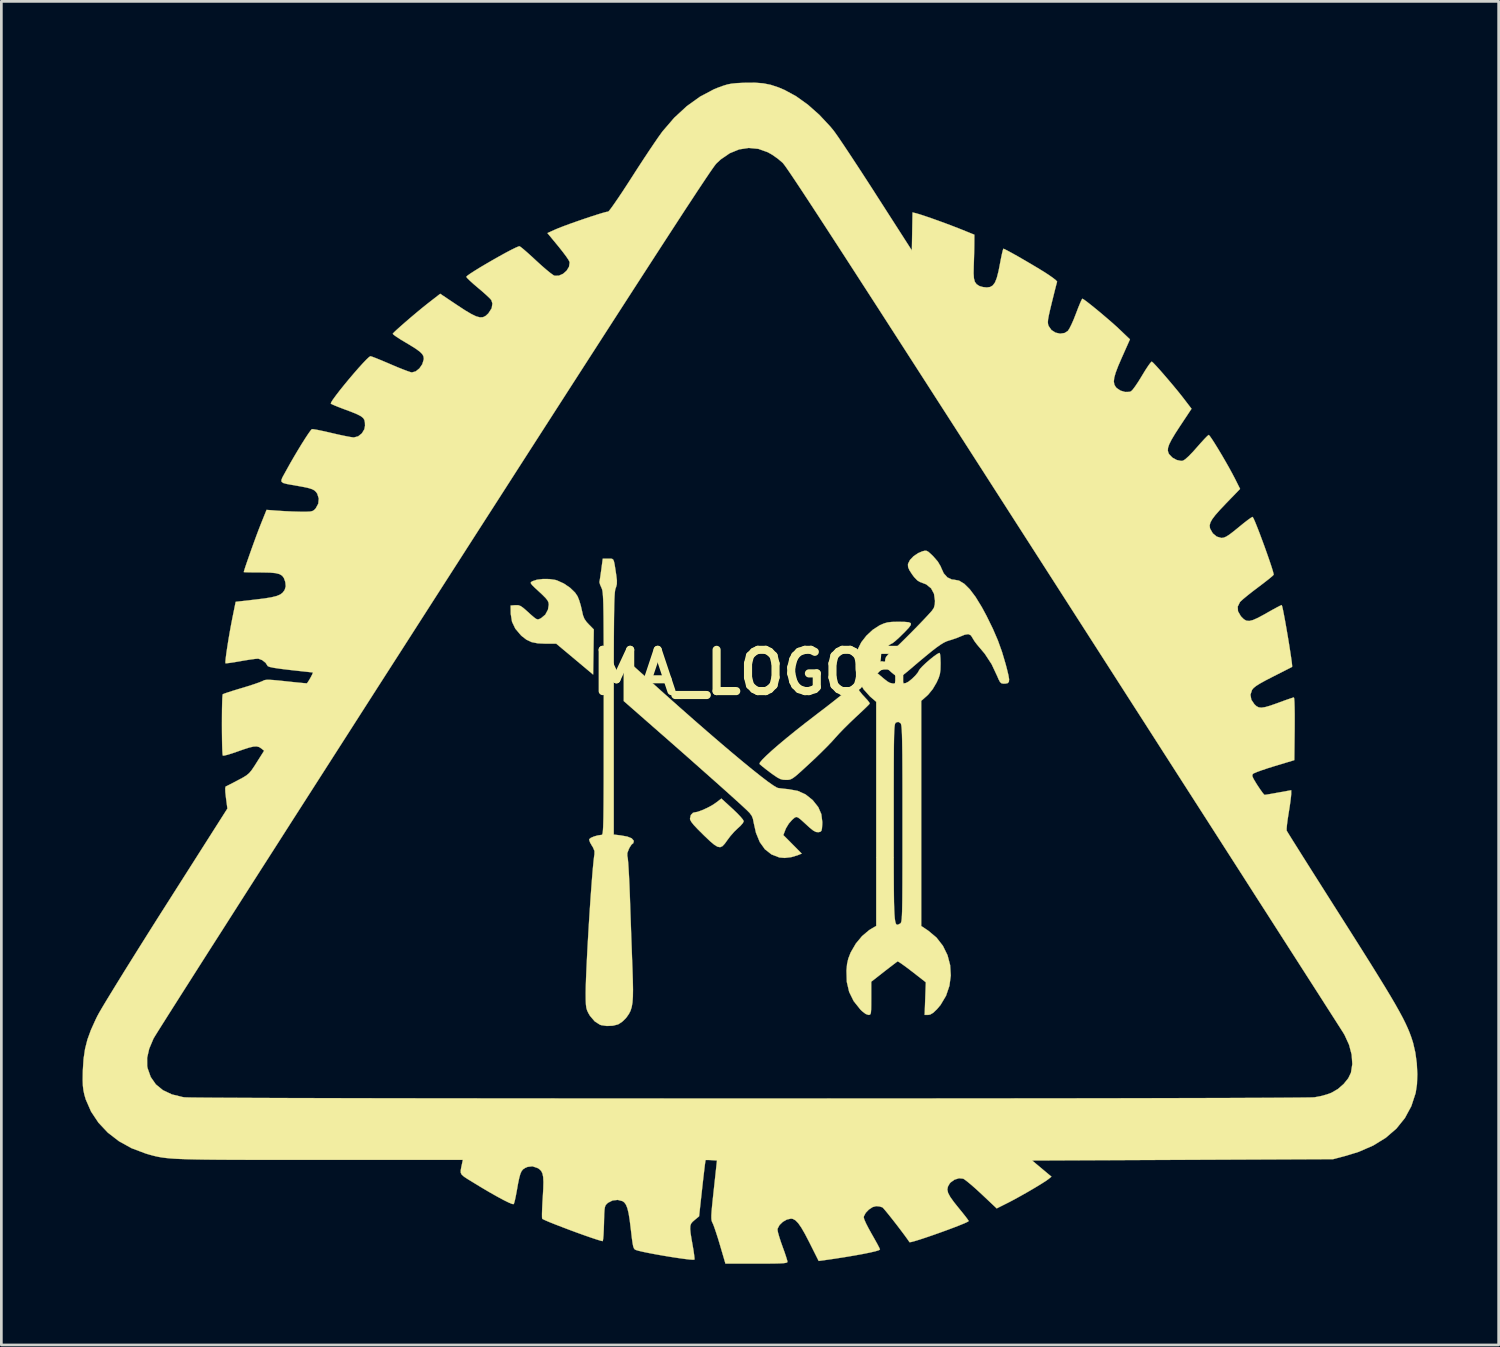
<source format=kicad_pcb>
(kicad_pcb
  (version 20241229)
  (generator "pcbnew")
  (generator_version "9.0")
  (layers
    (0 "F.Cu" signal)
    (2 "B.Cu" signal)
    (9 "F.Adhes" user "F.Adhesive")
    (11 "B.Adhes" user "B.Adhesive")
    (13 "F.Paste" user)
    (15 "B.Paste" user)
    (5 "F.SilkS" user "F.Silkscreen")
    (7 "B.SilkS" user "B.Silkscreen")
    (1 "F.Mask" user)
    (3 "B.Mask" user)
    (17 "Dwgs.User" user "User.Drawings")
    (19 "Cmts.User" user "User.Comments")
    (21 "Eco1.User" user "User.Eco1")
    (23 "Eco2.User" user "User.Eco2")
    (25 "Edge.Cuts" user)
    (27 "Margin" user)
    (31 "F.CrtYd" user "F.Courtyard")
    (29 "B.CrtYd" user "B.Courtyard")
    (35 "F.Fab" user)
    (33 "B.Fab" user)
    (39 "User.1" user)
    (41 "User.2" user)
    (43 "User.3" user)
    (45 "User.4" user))
  (footprint "MA_LOGO5"
    (layer "F.Cu")
    (at 24.661 21.795)
    (property "Reference" "MA_LOGO5" (at 0 0 0) (layer "F.SilkS") (effects (font (size 1.524 1.524) (thickness 0.3))))
    (attr through_hole)
    (fp_poly (pts (xy -0.644 5.039) (xy -0.484 5.192) (xy -0.352 5.329) (xy -0.264 5.435) (xy -0.231 5.496) (xy -0.231 5.497) (xy -0.265 5.568) (xy -0.352 5.668) (xy -0.44 5.748) (xy -0.579 5.881) (xy -0.728 6.051) (xy -0.834 6.192) (xy -0.933 6.33) (xy -1.018 6.42) (xy -1.103 6.457) (xy -1.2 6.44) (xy -1.321 6.366) (xy -1.48 6.232) (xy -1.688 6.034) (xy -1.731 5.992) (xy -1.936 5.788) (xy -2.079 5.635) (xy -2.168 5.522) (xy -2.211 5.44) (xy -2.217 5.401) (xy -2.186 5.27) (xy -2.108 5.187) (xy -2.048 5.172) (xy -1.932 5.15) (xy -1.767 5.09) (xy -1.581 5.006) (xy -1.403 4.911) (xy -1.266 4.82) (xy -1.057 4.661) (xy -0.644 5.039)) (stroke (width 0.01) (type solid)) (fill yes) (layer "F.SilkS"))
    (fp_poly (pts (xy -7.416 -3.45) (xy -7.198 -3.419) (xy -7.13 -3.399) (xy -6.88 -3.286) (xy -6.65 -3.13) (xy -6.465 -2.952) (xy -6.371 -2.813) (xy -6.312 -2.667) (xy -6.253 -2.474) (xy -6.213 -2.299) (xy -6.17 -2.11) (xy -6.117 -1.977) (xy -6.036 -1.862) (xy -5.961 -1.781) (xy -5.771 -1.588) (xy -5.796 0.079) (xy -6.477 -0.492) (xy -7.159 -1.062) (xy -7.552 -1.062) (xy -7.841 -1.075) (xy -8.067 -1.12) (xy -8.255 -1.206) (xy -8.431 -1.342) (xy -8.467 -1.376) (xy -8.671 -1.617) (xy -8.792 -1.871) (xy -8.839 -2.158) (xy -8.84 -2.194) (xy -8.844 -2.471) (xy -8.672 -2.485) (xy -8.564 -2.484) (xy -8.471 -2.451) (xy -8.362 -2.372) (xy -8.279 -2.3) (xy -8.106 -2.143) (xy -7.987 -2.04) (xy -7.907 -1.981) (xy -7.849 -1.959) (xy -7.8 -1.966) (xy -7.742 -1.993) (xy -7.717 -2.006) (xy -7.563 -2.135) (xy -7.464 -2.321) (xy -7.435 -2.503) (xy -7.444 -2.581) (xy -7.479 -2.658) (xy -7.552 -2.75) (xy -7.675 -2.874) (xy -7.792 -2.983) (xy -7.95 -3.129) (xy -8.048 -3.226) (xy -8.095 -3.287) (xy -8.099 -3.325) (xy -8.068 -3.353) (xy -8.038 -3.37) (xy -7.872 -3.425) (xy -7.653 -3.452) (xy -7.416 -3.45)) (stroke (width 0.01) (type solid)) (fill yes) (layer "F.SilkS"))
    (fp_poly (pts (xy 3.921 0.471) (xy 3.968 0.567) (xy 3.973 0.577) (xy 4.044 0.686) (xy 4.154 0.823) (xy 4.24 0.915) (xy 4.342 1.026) (xy 4.409 1.113) (xy 4.424 1.152) (xy 4.387 1.194) (xy 4.294 1.287) (xy 4.157 1.418) (xy 3.989 1.576) (xy 3.902 1.656) (xy 3.696 1.852) (xy 3.489 2.056) (xy 3.304 2.247) (xy 3.162 2.403) (xy 3.14 2.428) (xy 3.023 2.558) (xy 2.854 2.734) (xy 2.649 2.938) (xy 2.425 3.156) (xy 2.217 3.351) (xy 1.987 3.563) (xy 1.814 3.72) (xy 1.685 3.831) (xy 1.588 3.903) (xy 1.512 3.945) (xy 1.446 3.965) (xy 1.377 3.971) (xy 1.332 3.971) (xy 1.222 3.965) (xy 1.124 3.94) (xy 1.015 3.885) (xy 0.872 3.789) (xy 0.748 3.699) (xy 0.589 3.578) (xy 0.458 3.474) (xy 0.373 3.402) (xy 0.351 3.379) (xy 0.37 3.325) (xy 0.457 3.221) (xy 0.605 3.074) (xy 0.807 2.888) (xy 1.058 2.67) (xy 1.351 2.425) (xy 1.68 2.158) (xy 2.037 1.876) (xy 2.417 1.584) (xy 2.492 1.526) (xy 2.747 1.332) (xy 3 1.136) (xy 3.233 0.952) (xy 3.428 0.796) (xy 3.567 0.68) (xy 3.568 0.679) (xy 3.709 0.561) (xy 3.819 0.472) (xy 3.885 0.426) (xy 3.895 0.422) (xy 3.921 0.471)) (stroke (width 0.01) (type solid)) (fill yes) (layer "F.SilkS"))
    (fp_poly (pts (xy -4.576 -0.466) (xy -4.472 -0.379) (xy -4.32 -0.247) (xy -4.13 -0.079) (xy -3.912 0.116) (xy -3.755 0.257) (xy -3.173 0.78) (xy -2.612 1.279) (xy -2.075 1.752) (xy -1.567 2.195) (xy -1.091 2.604) (xy -0.652 2.977) (xy -0.254 3.309) (xy 0.099 3.598) (xy 0.404 3.84) (xy 0.655 4.032) (xy 0.85 4.169) (xy 0.983 4.25) (xy 1.034 4.27) (xy 1.131 4.284) (xy 1.283 4.301) (xy 1.424 4.315) (xy 1.763 4.377) (xy 2.049 4.505) (xy 2.304 4.707) (xy 2.327 4.731) (xy 2.523 4.978) (xy 2.636 5.237) (xy 2.672 5.528) (xy 2.67 5.613) (xy 2.659 5.766) (xy 2.639 5.851) (xy 2.6 5.888) (xy 2.53 5.903) (xy 2.529 5.903) (xy 2.439 5.895) (xy 2.337 5.842) (xy 2.201 5.732) (xy 2.159 5.694) (xy 1.981 5.531) (xy 1.858 5.421) (xy 1.774 5.36) (xy 1.714 5.341) (xy 1.663 5.357) (xy 1.605 5.404) (xy 1.555 5.449) (xy 1.434 5.586) (xy 1.333 5.753) (xy 1.312 5.801) (xy 1.232 6.01) (xy 1.572 6.352) (xy 1.911 6.694) (xy 1.752 6.758) (xy 1.521 6.826) (xy 1.284 6.854) (xy 1.085 6.837) (xy 0.793 6.724) (xy 0.551 6.534) (xy 0.361 6.268) (xy 0.221 5.925) (xy 0.139 5.561) (xy 0.109 5.409) (xy 0.065 5.298) (xy -0.012 5.194) (xy -0.14 5.066) (xy -0.15 5.057) (xy -0.307 4.911) (xy -0.527 4.711) (xy -0.802 4.463) (xy -1.125 4.174) (xy -1.489 3.851) (xy -1.886 3.499) (xy -2.308 3.125) (xy -2.75 2.736) (xy -3.203 2.338) (xy -3.36 2.201) (xy -4.664 1.058) (xy -4.664 0.271) (xy -4.662 -0.014) (xy -4.655 -0.243) (xy -4.644 -0.405) (xy -4.63 -0.49) (xy -4.621 -0.5) (xy -4.576 -0.466)) (stroke (width 0.01) (type solid)) (fill yes) (layer "F.SilkS"))
    (fp_poly (pts (xy 6.523 -4.494) (xy 6.594 -4.455) (xy 6.692 -4.367) (xy 6.771 -4.29) (xy 6.94 -4.096) (xy 7.047 -3.914) (xy 7.064 -3.868) (xy 7.159 -3.66) (xy 7.294 -3.511) (xy 7.456 -3.434) (xy 7.54 -3.426) (xy 7.724 -3.392) (xy 7.917 -3.275) (xy 8.12 -3.074) (xy 8.336 -2.787) (xy 8.566 -2.412) (xy 8.742 -2.085) (xy 8.973 -1.614) (xy 9.159 -1.183) (xy 9.312 -0.758) (xy 9.446 -0.306) (xy 9.493 -0.126) (xy 9.548 0.1) (xy 9.574 0.253) (xy 9.566 0.346) (xy 9.523 0.395) (xy 9.441 0.413) (xy 9.369 0.415) (xy 9.296 0.404) (xy 9.24 0.357) (xy 9.184 0.253) (xy 9.141 0.15) (xy 8.928 -0.304) (xy 8.675 -0.69) (xy 8.523 -0.871) (xy 8.399 -1.017) (xy 8.295 -1.154) (xy 8.233 -1.255) (xy 8.231 -1.26) (xy 8.16 -1.372) (xy 8.066 -1.415) (xy 7.932 -1.393) (xy 7.813 -1.344) (xy 7.63 -1.269) (xy 7.427 -1.201) (xy 7.357 -1.181) (xy 7.266 -1.15) (xy 7.164 -1.102) (xy 7.044 -1.029) (xy 6.896 -0.925) (xy 6.714 -0.784) (xy 6.488 -0.6) (xy 6.209 -0.367) (xy 5.871 -0.079) (xy 5.865 -0.074) (xy 5.722 0.044) (xy 5.599 0.133) (xy 5.519 0.18) (xy 5.504 0.184) (xy 5.44 0.156) (xy 5.332 0.082) (xy 5.216 -0.012) (xy 5.09 -0.126) (xy 5.022 -0.213) (xy 4.994 -0.3) (xy 4.99 -0.393) (xy 4.998 -0.493) (xy 5.029 -0.573) (xy 5.098 -0.657) (xy 5.22 -0.767) (xy 5.269 -0.808) (xy 5.39 -0.917) (xy 5.559 -1.078) (xy 5.761 -1.277) (xy 5.981 -1.498) (xy 6.205 -1.726) (xy 6.416 -1.946) (xy 6.601 -2.144) (xy 6.721 -2.277) (xy 6.795 -2.387) (xy 6.829 -2.518) (xy 6.835 -2.647) (xy 6.799 -2.906) (xy 6.691 -3.108) (xy 6.509 -3.255) (xy 6.281 -3.341) (xy 6.183 -3.4) (xy 6.063 -3.525) (xy 5.989 -3.625) (xy 5.89 -3.778) (xy 5.843 -3.888) (xy 5.836 -3.98) (xy 5.842 -4.018) (xy 5.912 -4.156) (xy 6.045 -4.295) (xy 6.219 -4.411) (xy 6.363 -4.472) (xy 6.454 -4.496) (xy 6.523 -4.494)) (stroke (width 0.01) (type solid)) (fill yes) (layer "F.SilkS"))
    (fp_poly (pts (xy -5.098 -4.198) (xy -5.057 -4.171) (xy -5.028 -4.108) (xy -5.003 -3.996) (xy -4.975 -3.82) (xy -4.941 -3.591) (xy -4.918 -3.401) (xy -4.92 -3.265) (xy -4.949 -3.149) (xy -4.964 -3.112) (xy -4.976 -3.075) (xy -4.986 -3.019) (xy -4.995 -2.94) (xy -5.003 -2.832) (xy -5.01 -2.69) (xy -5.016 -2.507) (xy -5.02 -2.279) (xy -5.024 -2) (xy -5.027 -1.665) (xy -5.03 -1.268) (xy -5.032 -0.804) (xy -5.033 -0.267) (xy -5.033 0.348) (xy -5.034 1.046) (xy -5.034 1.523) (xy -5.034 5.991) (xy -4.782 6.021) (xy -4.534 6.065) (xy -4.373 6.129) (xy -4.299 6.212) (xy -4.295 6.242) (xy -4.314 6.313) (xy -4.336 6.327) (xy -4.38 6.365) (xy -4.442 6.46) (xy -4.472 6.517) (xy -4.532 6.672) (xy -4.533 6.788) (xy -4.525 6.814) (xy -4.514 6.885) (xy -4.5 7.036) (xy -4.486 7.256) (xy -4.47 7.532) (xy -4.455 7.852) (xy -4.441 8.204) (xy -4.434 8.39) (xy -4.42 8.821) (xy -4.403 9.285) (xy -4.387 9.759) (xy -4.37 10.215) (xy -4.355 10.629) (xy -4.342 10.97) (xy -4.329 11.385) (xy -4.323 11.719) (xy -4.327 11.986) (xy -4.342 12.197) (xy -4.371 12.365) (xy -4.414 12.502) (xy -4.475 12.62) (xy -4.553 12.732) (xy -4.6 12.79) (xy -4.72 12.905) (xy -4.854 12.994) (xy -4.88 13.006) (xy -5.069 13.054) (xy -5.29 13.063) (xy -5.491 13.034) (xy -5.542 13.018) (xy -5.738 12.892) (xy -5.913 12.687) (xy -5.973 12.585) (xy -6.017 12.492) (xy -6.046 12.394) (xy -6.062 12.269) (xy -6.069 12.094) (xy -6.071 11.848) (xy -6.071 11.846) (xy -6.067 11.608) (xy -6.057 11.306) (xy -6.042 10.95) (xy -6.023 10.552) (xy -6.001 10.123) (xy -5.975 9.675) (xy -5.948 9.219) (xy -5.919 8.768) (xy -5.89 8.332) (xy -5.86 7.924) (xy -5.832 7.554) (xy -5.805 7.235) (xy -5.78 6.977) (xy -5.759 6.793) (xy -5.747 6.719) (xy -5.746 6.596) (xy -5.802 6.463) (xy -5.841 6.402) (xy -5.909 6.283) (xy -5.941 6.189) (xy -5.94 6.162) (xy -5.882 6.113) (xy -5.767 6.063) (xy -5.627 6.023) (xy -5.496 6.004) (xy -5.484 6.004) (xy -5.471 6) (xy -5.459 5.985) (xy -5.448 5.954) (xy -5.439 5.901) (xy -5.432 5.821) (xy -5.425 5.708) (xy -5.42 5.557) (xy -5.415 5.363) (xy -5.412 5.121) (xy -5.409 4.824) (xy -5.407 4.467) (xy -5.405 4.046) (xy -5.404 3.555) (xy -5.404 2.988) (xy -5.403 2.339) (xy -5.403 1.605) (xy -5.403 1.522) (xy -5.403 0.778) (xy -5.404 0.12) (xy -5.404 -0.456) (xy -5.405 -0.957) (xy -5.407 -1.388) (xy -5.409 -1.755) (xy -5.411 -2.063) (xy -5.415 -2.318) (xy -5.419 -2.526) (xy -5.425 -2.692) (xy -5.432 -2.821) (xy -5.44 -2.92) (xy -5.449 -2.994) (xy -5.459 -3.049) (xy -5.472 -3.09) (xy -5.485 -3.123) (xy -5.489 -3.131) (xy -5.54 -3.248) (xy -5.563 -3.334) (xy -5.562 -3.348) (xy -5.55 -3.412) (xy -5.53 -3.544) (xy -5.505 -3.72) (xy -5.494 -3.798) (xy -5.44 -4.203) (xy -5.239 -4.203) (xy -5.156 -4.204) (xy -5.098 -4.198)) (stroke (width 0.01) (type solid)) (fill yes) (layer "F.SilkS"))
    (fp_poly (pts (xy 5.7 -1.868) (xy 5.863 -1.854) (xy 5.942 -1.82) (xy 5.943 -1.756) (xy 5.868 -1.652) (xy 5.724 -1.499) (xy 5.655 -1.43) (xy 5.503 -1.282) (xy 5.371 -1.163) (xy 5.273 -1.085) (xy 5.228 -1.062) (xy 5.168 -1.03) (xy 5.068 -0.947) (xy 4.949 -0.829) (xy 4.94 -0.82) (xy 4.823 -0.69) (xy 4.755 -0.594) (xy 4.723 -0.498) (xy 4.713 -0.369) (xy 4.712 -0.273) (xy 4.711 0.032) (xy 4.938 0.224) (xy 5.067 0.327) (xy 5.168 0.385) (xy 5.278 0.41) (xy 5.436 0.416) (xy 5.474 0.416) (xy 5.644 0.412) (xy 5.759 0.392) (xy 5.855 0.343) (xy 5.968 0.252) (xy 5.997 0.227) (xy 6.115 0.111) (xy 6.203 0.003) (xy 6.236 -0.059) (xy 6.278 -0.126) (xy 6.371 -0.226) (xy 6.496 -0.345) (xy 6.637 -0.468) (xy 6.777 -0.581) (xy 6.898 -0.668) (xy 6.982 -0.716) (xy 7.01 -0.718) (xy 7.025 -0.659) (xy 7.036 -0.532) (xy 7.042 -0.362) (xy 7.042 -0.306) (xy 7.037 -0.098) (xy 7.017 0.057) (xy 6.973 0.199) (xy 6.896 0.369) (xy 6.89 0.381) (xy 6.75 0.618) (xy 6.586 0.819) (xy 6.533 0.869) (xy 6.327 1.051) (xy 6.327 9.37) (xy 6.585 9.541) (xy 6.891 9.797) (xy 7.129 10.103) (xy 7.298 10.447) (xy 7.395 10.816) (xy 7.419 11.198) (xy 7.369 11.578) (xy 7.244 11.945) (xy 7.042 12.285) (xy 6.912 12.44) (xy 6.772 12.574) (xy 6.659 12.641) (xy 6.583 12.654) (xy 6.453 12.654) (xy 6.475 12.052) (xy 6.497 11.449) (xy 5.993 11.056) (xy 5.808 10.915) (xy 5.648 10.798) (xy 5.529 10.716) (xy 5.463 10.678) (xy 5.455 10.677) (xy 5.408 10.709) (xy 5.304 10.788) (xy 5.156 10.901) (xy 4.98 11.037) (xy 4.951 11.06) (xy 4.48 11.429) (xy 4.48 12.042) (xy 4.479 12.289) (xy 4.476 12.459) (xy 4.468 12.566) (xy 4.452 12.624) (xy 4.425 12.648) (xy 4.386 12.654) (xy 4.374 12.654) (xy 4.273 12.618) (xy 4.143 12.518) (xy 4.081 12.458) (xy 3.83 12.143) (xy 3.664 11.805) (xy 3.577 11.433) (xy 3.565 11.016) (xy 3.587 10.773) (xy 3.632 10.574) (xy 3.711 10.371) (xy 3.728 10.334) (xy 3.911 10.019) (xy 4.141 9.742) (xy 4.397 9.526) (xy 4.465 9.483) (xy 4.664 9.366) (xy 4.664 6.243) (xy 5.311 6.243) (xy 5.311 6.842) (xy 5.312 7.359) (xy 5.314 7.802) (xy 5.317 8.174) (xy 5.321 8.483) (xy 5.328 8.733) (xy 5.337 8.93) (xy 5.349 9.08) (xy 5.364 9.188) (xy 5.382 9.261) (xy 5.404 9.304) (xy 5.43 9.322) (xy 5.461 9.321) (xy 5.496 9.307) (xy 5.537 9.285) (xy 5.545 9.281) (xy 5.561 9.27) (xy 5.575 9.252) (xy 5.588 9.22) (xy 5.598 9.17) (xy 5.607 9.093) (xy 5.614 8.985) (xy 5.62 8.84) (xy 5.624 8.651) (xy 5.628 8.412) (xy 5.63 8.117) (xy 5.632 7.76) (xy 5.633 7.335) (xy 5.634 6.837) (xy 5.634 6.257) (xy 5.634 5.592) (xy 5.634 5.59) (xy 5.634 4.918) (xy 5.634 4.333) (xy 5.633 3.828) (xy 5.631 3.398) (xy 5.629 3.036) (xy 5.625 2.736) (xy 5.621 2.493) (xy 5.616 2.3) (xy 5.61 2.152) (xy 5.602 2.042) (xy 5.593 1.965) (xy 5.582 1.915) (xy 5.57 1.884) (xy 5.562 1.874) (xy 5.478 1.827) (xy 5.4 1.849) (xy 5.384 1.86) (xy 5.37 1.878) (xy 5.357 1.91) (xy 5.347 1.961) (xy 5.338 2.037) (xy 5.331 2.145) (xy 5.325 2.291) (xy 5.321 2.48) (xy 5.317 2.719) (xy 5.315 3.013) (xy 5.313 3.37) (xy 5.312 3.795) (xy 5.311 4.293) (xy 5.311 4.872) (xy 5.311 5.537) (xy 5.311 5.557) (xy 5.311 6.243) (xy 4.664 6.243) (xy 4.664 5.226) (xy 4.664 1.085) (xy 4.436 0.889) (xy 4.2 0.626) (xy 4.056 0.384) (xy 3.973 0.2) (xy 3.927 0.046) (xy 3.907 -0.122) (xy 3.904 -0.274) (xy 3.923 -0.574) (xy 3.977 -0.833) (xy 3.988 -0.866) (xy 4.112 -1.114) (xy 4.302 -1.358) (xy 4.534 -1.574) (xy 4.785 -1.737) (xy 4.794 -1.741) (xy 4.945 -1.808) (xy 5.082 -1.848) (xy 5.241 -1.866) (xy 5.449 -1.87) (xy 5.7 -1.868)) (stroke (width 0.01) (type solid)) (fill yes) (layer "F.SilkS"))
    (fp_poly (pts (xy 0.49 -21.766) (xy 0.769 -21.71) (xy 1.05 -21.617) (xy 1.277 -21.521) (xy 1.705 -21.288) (xy 2.139 -20.977) (xy 2.564 -20.6) (xy 2.964 -20.172) (xy 3.09 -20.019) (xy 3.165 -19.917) (xy 3.284 -19.746) (xy 3.441 -19.514) (xy 3.63 -19.231) (xy 3.845 -18.905) (xy 4.081 -18.545) (xy 4.331 -18.16) (xy 4.591 -17.758) (xy 4.664 -17.643) (xy 5.981 -15.591) (xy 5.993 -16.293) (xy 6.006 -16.996) (xy 6.132 -16.966) (xy 6.26 -16.929) (xy 6.456 -16.865) (xy 6.699 -16.782) (xy 6.971 -16.685) (xy 7.252 -16.582) (xy 7.524 -16.479) (xy 7.768 -16.384) (xy 7.805 -16.369) (xy 8.29 -16.173) (xy 8.288 -15.833) (xy 8.285 -15.632) (xy 8.279 -15.381) (xy 8.271 -15.121) (xy 8.267 -15.009) (xy 8.262 -14.747) (xy 8.274 -14.561) (xy 8.309 -14.432) (xy 8.372 -14.345) (xy 8.466 -14.283) (xy 8.486 -14.273) (xy 8.611 -14.238) (xy 8.75 -14.224) (xy 8.872 -14.241) (xy 8.971 -14.299) (xy 9.052 -14.408) (xy 9.12 -14.58) (xy 9.183 -14.825) (xy 9.231 -15.071) (xy 9.273 -15.29) (xy 9.311 -15.471) (xy 9.342 -15.598) (xy 9.362 -15.654) (xy 9.364 -15.656) (xy 9.419 -15.633) (xy 9.539 -15.571) (xy 9.71 -15.478) (xy 9.918 -15.361) (xy 10.148 -15.228) (xy 10.387 -15.088) (xy 10.62 -14.949) (xy 10.833 -14.819) (xy 10.844 -14.813) (xy 11.035 -14.689) (xy 11.191 -14.58) (xy 11.3 -14.494) (xy 11.346 -14.443) (xy 11.347 -14.437) (xy 11.33 -14.376) (xy 11.295 -14.243) (xy 11.247 -14.052) (xy 11.19 -13.821) (xy 11.151 -13.665) (xy 11.085 -13.39) (xy 11.04 -13.189) (xy 11.014 -13.046) (xy 11.006 -12.945) (xy 11.012 -12.871) (xy 11.032 -12.807) (xy 11.036 -12.797) (xy 11.138 -12.651) (xy 11.288 -12.555) (xy 11.459 -12.517) (xy 11.626 -12.542) (xy 11.745 -12.619) (xy 11.8 -12.702) (xy 11.876 -12.851) (xy 11.962 -13.046) (xy 12.047 -13.264) (xy 12.048 -13.266) (xy 12.126 -13.471) (xy 12.196 -13.641) (xy 12.249 -13.759) (xy 12.278 -13.808) (xy 12.28 -13.808) (xy 12.333 -13.78) (xy 12.442 -13.701) (xy 12.594 -13.582) (xy 12.777 -13.434) (xy 12.978 -13.268) (xy 13.182 -13.094) (xy 13.379 -12.924) (xy 13.554 -12.768) (xy 13.658 -12.67) (xy 14.039 -12.307) (xy 13.741 -11.638) (xy 13.605 -11.324) (xy 13.512 -11.078) (xy 13.458 -10.89) (xy 13.443 -10.746) (xy 13.463 -10.634) (xy 13.517 -10.542) (xy 13.549 -10.507) (xy 13.691 -10.412) (xy 13.861 -10.362) (xy 14.021 -10.366) (xy 14.08 -10.388) (xy 14.139 -10.446) (xy 14.231 -10.568) (xy 14.345 -10.737) (xy 14.467 -10.935) (xy 14.488 -10.97) (xy 14.606 -11.164) (xy 14.711 -11.324) (xy 14.792 -11.435) (xy 14.841 -11.484) (xy 14.846 -11.484) (xy 14.895 -11.443) (xy 14.991 -11.343) (xy 15.124 -11.197) (xy 15.283 -11.016) (xy 15.456 -10.814) (xy 15.634 -10.604) (xy 15.805 -10.397) (xy 15.958 -10.206) (xy 16.042 -10.097) (xy 16.314 -9.742) (xy 15.893 -9.108) (xy 15.709 -8.824) (xy 15.576 -8.601) (xy 15.489 -8.429) (xy 15.445 -8.296) (xy 15.439 -8.19) (xy 15.466 -8.099) (xy 15.491 -8.057) (xy 15.61 -7.935) (xy 15.768 -7.849) (xy 15.929 -7.815) (xy 15.995 -7.822) (xy 16.078 -7.872) (xy 16.206 -7.986) (xy 16.369 -8.154) (xy 16.51 -8.313) (xy 16.661 -8.484) (xy 16.792 -8.627) (xy 16.891 -8.728) (xy 16.945 -8.773) (xy 16.95 -8.775) (xy 16.988 -8.736) (xy 17.062 -8.631) (xy 17.165 -8.472) (xy 17.288 -8.273) (xy 17.423 -8.048) (xy 17.561 -7.811) (xy 17.696 -7.574) (xy 17.817 -7.352) (xy 17.918 -7.16) (xy 18.108 -6.781) (xy 17.594 -6.25) (xy 17.362 -6.005) (xy 17.191 -5.811) (xy 17.076 -5.658) (xy 17.009 -5.534) (xy 16.984 -5.43) (xy 16.995 -5.335) (xy 17.003 -5.308) (xy 17.101 -5.138) (xy 17.247 -5.018) (xy 17.415 -4.969) (xy 17.428 -4.969) (xy 17.506 -4.98) (xy 17.596 -5.018) (xy 17.713 -5.092) (xy 17.87 -5.212) (xy 18.061 -5.367) (xy 18.238 -5.512) (xy 18.391 -5.63) (xy 18.505 -5.711) (xy 18.566 -5.745) (xy 18.572 -5.745) (xy 18.604 -5.693) (xy 18.66 -5.568) (xy 18.734 -5.385) (xy 18.822 -5.16) (xy 18.917 -4.906) (xy 19.015 -4.64) (xy 19.109 -4.375) (xy 19.195 -4.128) (xy 19.267 -3.912) (xy 19.32 -3.742) (xy 19.347 -3.635) (xy 19.35 -3.611) (xy 19.315 -3.573) (xy 19.218 -3.49) (xy 19.072 -3.374) (xy 18.889 -3.233) (xy 18.772 -3.145) (xy 18.565 -2.988) (xy 18.378 -2.84) (xy 18.227 -2.715) (xy 18.128 -2.625) (xy 18.103 -2.598) (xy 18.021 -2.432) (xy 18.031 -2.26) (xy 18.134 -2.081) (xy 18.154 -2.057) (xy 18.247 -1.965) (xy 18.341 -1.912) (xy 18.449 -1.902) (xy 18.586 -1.936) (xy 18.766 -2.016) (xy 19.004 -2.144) (xy 19.1 -2.199) (xy 19.297 -2.31) (xy 19.464 -2.401) (xy 19.584 -2.463) (xy 19.644 -2.488) (xy 19.647 -2.488) (xy 19.665 -2.432) (xy 19.695 -2.301) (xy 19.732 -2.111) (xy 19.776 -1.877) (xy 19.822 -1.613) (xy 19.87 -1.334) (xy 19.916 -1.056) (xy 19.957 -0.794) (xy 19.992 -0.563) (xy 20.018 -0.378) (xy 20.031 -0.254) (xy 20.03 -0.205) (xy 19.988 -0.183) (xy 19.876 -0.126) (xy 19.71 -0.041) (xy 19.502 0.064) (xy 19.327 0.153) (xy 19.049 0.296) (xy 18.843 0.41) (xy 18.699 0.501) (xy 18.606 0.576) (xy 18.551 0.644) (xy 18.55 0.645) (xy 18.491 0.825) (xy 18.524 1.008) (xy 18.635 1.174) (xy 18.713 1.247) (xy 18.795 1.29) (xy 18.897 1.302) (xy 19.033 1.282) (xy 19.219 1.229) (xy 19.47 1.141) (xy 19.567 1.105) (xy 19.766 1.032) (xy 19.934 0.974) (xy 20.051 0.935) (xy 20.096 0.924) (xy 20.107 0.968) (xy 20.116 1.092) (xy 20.122 1.285) (xy 20.126 1.533) (xy 20.126 1.826) (xy 20.125 2.082) (xy 20.112 3.241) (xy 19.382 3.461) (xy 19.132 3.539) (xy 18.911 3.613) (xy 18.735 3.677) (xy 18.62 3.726) (xy 18.586 3.747) (xy 18.561 3.788) (xy 18.566 3.846) (xy 18.609 3.939) (xy 18.695 4.083) (xy 18.749 4.169) (xy 18.853 4.325) (xy 18.941 4.447) (xy 18.999 4.516) (xy 19.014 4.525) (xy 19.072 4.517) (xy 19.2 4.496) (xy 19.377 4.465) (xy 19.523 4.438) (xy 19.997 4.353) (xy 19.997 4.492) (xy 19.989 4.59) (xy 19.969 4.757) (xy 19.939 4.968) (xy 19.902 5.201) (xy 19.901 5.206) (xy 19.866 5.43) (xy 19.841 5.624) (xy 19.828 5.768) (xy 19.829 5.843) (xy 19.83 5.846) (xy 19.858 5.894) (xy 19.932 6.014) (xy 20.048 6.201) (xy 20.203 6.447) (xy 20.392 6.748) (xy 20.612 7.097) (xy 20.859 7.488) (xy 21.13 7.915) (xy 21.42 8.373) (xy 21.726 8.855) (xy 21.873 9.086) (xy 22.28 9.728) (xy 22.64 10.298) (xy 22.956 10.801) (xy 23.231 11.245) (xy 23.47 11.634) (xy 23.675 11.974) (xy 23.849 12.272) (xy 23.995 12.532) (xy 24.118 12.76) (xy 24.219 12.963) (xy 24.303 13.146) (xy 24.373 13.314) (xy 24.432 13.474) (xy 24.483 13.631) (xy 24.502 13.693) (xy 24.584 14.05) (xy 24.637 14.443) (xy 24.657 14.841) (xy 24.644 15.214) (xy 24.596 15.533) (xy 24.596 15.536) (xy 24.436 16.025) (xy 24.198 16.465) (xy 23.884 16.855) (xy 23.493 17.193) (xy 23.027 17.48) (xy 22.487 17.715) (xy 22.02 17.859) (xy 21.544 17.985) (xy 10.425 18.034) (xy 11.138 18.631) (xy 11.03 18.719) (xy 10.924 18.794) (xy 10.754 18.902) (xy 10.539 19.033) (xy 10.296 19.176) (xy 10.042 19.32) (xy 9.797 19.456) (xy 9.578 19.572) (xy 9.524 19.599) (xy 9.116 19.804) (xy 8.558 19.278) (xy 8.362 19.097) (xy 8.181 18.938) (xy 8.028 18.811) (xy 7.919 18.729) (xy 7.877 18.705) (xy 7.722 18.69) (xy 7.556 18.742) (xy 7.411 18.846) (xy 7.372 18.894) (xy 7.312 19.002) (xy 7.293 19.109) (xy 7.319 19.23) (xy 7.397 19.377) (xy 7.531 19.565) (xy 7.689 19.763) (xy 7.834 19.941) (xy 7.955 20.093) (xy 8.04 20.206) (xy 8.08 20.265) (xy 8.082 20.27) (xy 8.04 20.3) (xy 7.926 20.353) (xy 7.752 20.424) (xy 7.534 20.509) (xy 7.286 20.602) (xy 7.021 20.698) (xy 6.755 20.792) (xy 6.501 20.879) (xy 6.274 20.954) (xy 6.088 21.011) (xy 5.957 21.046) (xy 5.896 21.053) (xy 5.894 21.051) (xy 5.814 20.936) (xy 5.7 20.779) (xy 5.562 20.595) (xy 5.413 20.4) (xy 5.263 20.208) (xy 5.124 20.033) (xy 5.008 19.891) (xy 4.926 19.796) (xy 4.892 19.764) (xy 4.786 19.732) (xy 4.663 19.72) (xy 4.531 19.755) (xy 4.393 19.846) (xy 4.277 19.966) (xy 4.21 20.091) (xy 4.203 20.139) (xy 4.225 20.217) (xy 4.286 20.356) (xy 4.378 20.535) (xy 4.49 20.738) (xy 4.503 20.76) (xy 4.615 20.958) (xy 4.709 21.127) (xy 4.774 21.253) (xy 4.802 21.318) (xy 4.803 21.322) (xy 4.759 21.35) (xy 4.633 21.388) (xy 4.434 21.434) (xy 4.173 21.487) (xy 3.858 21.544) (xy 3.501 21.604) (xy 3.109 21.665) (xy 2.693 21.725) (xy 2.689 21.725) (xy 2.538 21.746) (xy 2.195 21.061) (xy 2.033 20.749) (xy 1.898 20.515) (xy 1.783 20.35) (xy 1.681 20.245) (xy 1.585 20.192) (xy 1.515 20.181) (xy 1.363 20.215) (xy 1.213 20.301) (xy 1.091 20.419) (xy 1.023 20.546) (xy 1.017 20.594) (xy 1.032 20.684) (xy 1.075 20.837) (xy 1.137 21.032) (xy 1.201 21.212) (xy 1.275 21.416) (xy 1.334 21.593) (xy 1.373 21.721) (xy 1.385 21.778) (xy 1.373 21.799) (xy 1.329 21.815) (xy 1.244 21.827) (xy 1.108 21.835) (xy 0.91 21.84) (xy 0.641 21.843) (xy 0.291 21.844) (xy 0.239 21.844) (xy -0.907 21.844) (xy -1.107 21.163) (xy -1.182 20.914) (xy -1.255 20.688) (xy -1.318 20.502) (xy -1.366 20.377) (xy -1.381 20.346) (xy -1.404 20.298) (xy -1.42 20.242) (xy -1.427 20.165) (xy -1.427 20.056) (xy -1.417 19.902) (xy -1.398 19.691) (xy -1.369 19.41) (xy -1.338 19.123) (xy -1.22 18.034) (xy -1.423 18.02) (xy -1.549 18.014) (xy -1.629 18.016) (xy -1.641 18.02) (xy -1.649 18.068) (xy -1.667 18.194) (xy -1.69 18.386) (xy -1.719 18.631) (xy -1.751 18.914) (xy -1.768 19.065) (xy -1.881 20.096) (xy -2.049 20.235) (xy -2.125 20.302) (xy -2.177 20.368) (xy -2.205 20.449) (xy -2.21 20.561) (xy -2.195 20.72) (xy -2.16 20.941) (xy -2.123 21.149) (xy -2.087 21.358) (xy -2.063 21.531) (xy -2.05 21.65) (xy -2.052 21.695) (xy -2.109 21.701) (xy -2.241 21.691) (xy -2.432 21.668) (xy -2.667 21.635) (xy -2.93 21.595) (xy -3.206 21.549) (xy -3.478 21.501) (xy -3.732 21.453) (xy -3.952 21.408) (xy -4.122 21.368) (xy -4.218 21.339) (xy -4.258 21.318) (xy -4.288 21.279) (xy -4.314 21.209) (xy -4.337 21.094) (xy -4.362 20.919) (xy -4.391 20.67) (xy -4.403 20.572) (xy -4.444 20.238) (xy -4.485 19.983) (xy -4.53 19.798) (xy -4.582 19.668) (xy -4.644 19.583) (xy -4.708 19.536) (xy -4.885 19.489) (xy -5.077 19.51) (xy -5.243 19.594) (xy -5.251 19.6) (xy -5.302 19.647) (xy -5.338 19.694) (xy -5.361 19.76) (xy -5.376 19.86) (xy -5.386 20.011) (xy -5.392 20.231) (xy -5.395 20.362) (xy -5.403 20.595) (xy -5.413 20.791) (xy -5.426 20.934) (xy -5.439 21.007) (xy -5.443 21.013) (xy -5.519 20.997) (xy -5.665 20.952) (xy -5.867 20.885) (xy -6.109 20.801) (xy -6.376 20.705) (xy -6.653 20.603) (xy -6.924 20.5) (xy -7.176 20.403) (xy -7.392 20.317) (xy -7.557 20.247) (xy -7.657 20.199) (xy -7.676 20.187) (xy -7.684 20.133) (xy -7.685 20.004) (xy -7.679 19.814) (xy -7.668 19.581) (xy -7.657 19.411) (xy -7.638 19.081) (xy -7.632 18.83) (xy -7.641 18.644) (xy -7.669 18.511) (xy -7.717 18.417) (xy -7.788 18.349) (xy -7.855 18.309) (xy -8.039 18.248) (xy -8.216 18.269) (xy -8.311 18.31) (xy -8.381 18.356) (xy -8.436 18.422) (xy -8.483 18.523) (xy -8.525 18.672) (xy -8.57 18.886) (xy -8.615 19.142) (xy -8.652 19.341) (xy -8.687 19.505) (xy -8.717 19.614) (xy -8.731 19.645) (xy -8.786 19.64) (xy -8.91 19.59) (xy -9.095 19.499) (xy -9.331 19.372) (xy -9.611 19.214) (xy -9.925 19.029) (xy -10.22 18.849) (xy -10.425 18.724) (xy -10.564 18.633) (xy -10.648 18.561) (xy -10.686 18.489) (xy -10.689 18.401) (xy -10.667 18.28) (xy -10.639 18.149) (xy -10.61 18.011) (xy -15.898 18.011) (xy -16.736 18.011) (xy -17.487 18.011) (xy -18.157 18.01) (xy -18.751 18.009) (xy -19.275 18.007) (xy -19.733 18.004) (xy -20.133 18) (xy -20.478 17.994) (xy -20.775 17.987) (xy -21.03 17.978) (xy -21.247 17.968) (xy -21.432 17.955) (xy -21.59 17.939) (xy -21.728 17.921) (xy -21.851 17.9) (xy -21.963 17.876) (xy -22.071 17.849) (xy -22.181 17.819) (xy -22.297 17.785) (xy -22.329 17.775) (xy -22.848 17.58) (xy -23.316 17.321) (xy -23.726 17.005) (xy -24.072 16.638) (xy -24.346 16.227) (xy -24.542 15.779) (xy -24.592 15.609) (xy -24.627 15.448) (xy -24.648 15.275) (xy -24.656 15.065) (xy -24.652 14.794) (xy -24.649 14.686) (xy -24.623 14.279) (xy -24.617 14.24) (xy -22.275 14.24) (xy -22.273 14.543) (xy -22.258 14.623) (xy -22.142 14.949) (xy -21.953 15.221) (xy -21.692 15.435) (xy -21.36 15.592) (xy -20.959 15.69) (xy -20.897 15.699) (xy -20.826 15.702) (xy -20.666 15.706) (xy -20.42 15.709) (xy -20.094 15.712) (xy -19.689 15.715) (xy -19.21 15.717) (xy -18.66 15.72) (xy -18.043 15.722) (xy -17.363 15.725) (xy -16.622 15.727) (xy -15.826 15.729) (xy -14.976 15.731) (xy -14.078 15.733) (xy -13.134 15.734) (xy -12.148 15.736) (xy -11.124 15.737) (xy -10.065 15.738) (xy -8.975 15.739) (xy -7.858 15.74) (xy -6.717 15.741) (xy -5.555 15.742) (xy -4.377 15.742) (xy -3.185 15.743) (xy -1.985 15.743) (xy -0.778 15.743) (xy 0.431 15.743) (xy 1.639 15.743) (xy 2.841 15.743) (xy 4.035 15.742) (xy 5.217 15.742) (xy 6.383 15.741) (xy 7.53 15.74) (xy 8.654 15.739) (xy 9.751 15.738) (xy 10.818 15.737) (xy 11.852 15.736) (xy 12.848 15.734) (xy 13.803 15.733) (xy 14.713 15.731) (xy 15.575 15.729) (xy 16.386 15.727) (xy 17.141 15.725) (xy 17.837 15.723) (xy 18.471 15.72) (xy 19.038 15.718) (xy 19.535 15.715) (xy 19.959 15.712) (xy 20.306 15.709) (xy 20.573 15.706) (xy 20.755 15.703) (xy 20.85 15.699) (xy 20.859 15.698) (xy 21.08 15.657) (xy 21.308 15.595) (xy 21.488 15.529) (xy 21.723 15.392) (xy 21.935 15.207) (xy 22.104 14.998) (xy 22.205 14.789) (xy 22.255 14.471) (xy 22.231 14.122) (xy 22.135 13.759) (xy 21.971 13.4) (xy 21.926 13.323) (xy 21.892 13.269) (xy 21.809 13.139) (xy 21.68 12.937) (xy 21.506 12.665) (xy 21.288 12.325) (xy 21.03 11.921) (xy 20.731 11.455) (xy 20.394 10.93) (xy 20.021 10.348) (xy 19.613 9.712) (xy 19.173 9.025) (xy 18.7 8.289) (xy 18.199 7.506) (xy 17.669 6.68) (xy 17.113 5.813) (xy 16.532 4.908) (xy 15.928 3.967) (xy 15.303 2.993) (xy 14.659 1.988) (xy 13.996 0.956) (xy 13.318 -0.101) (xy 12.625 -1.181) (xy 11.919 -2.281) (xy 11.62 -2.747) (xy 10.726 -4.14) (xy 9.88 -5.457) (xy 9.082 -6.7) (xy 8.33 -7.871) (xy 7.623 -8.971) (xy 6.96 -10.001) (xy 6.34 -10.965) (xy 5.762 -11.863) (xy 5.225 -12.697) (xy 4.727 -13.47) (xy 4.267 -14.182) (xy 3.845 -14.835) (xy 3.459 -15.432) (xy 3.107 -15.974) (xy 2.789 -16.463) (xy 2.504 -16.901) (xy 2.251 -17.288) (xy 2.028 -17.628) (xy 1.834 -17.922) (xy 1.668 -18.172) (xy 1.529 -18.379) (xy 1.416 -18.545) (xy 1.328 -18.672) (xy 1.263 -18.761) (xy 1.22 -18.815) (xy 1.208 -18.829) (xy 1.031 -18.98) (xy 0.822 -19.127) (xy 0.657 -19.221) (xy 0.308 -19.345) (xy -0.047 -19.379) (xy -0.401 -19.325) (xy -0.747 -19.184) (xy -1.077 -18.958) (xy -1.238 -18.809) (xy -1.272 -18.769) (xy -1.326 -18.697) (xy -1.402 -18.589) (xy -1.501 -18.446) (xy -1.624 -18.264) (xy -1.772 -18.042) (xy -1.947 -17.779) (xy -2.149 -17.471) (xy -2.381 -17.119) (xy -2.642 -16.718) (xy -2.934 -16.269) (xy -3.259 -15.769) (xy -3.617 -15.216) (xy -4.01 -14.609) (xy -4.439 -13.945) (xy -4.905 -13.223) (xy -5.409 -12.441) (xy -5.953 -11.597) (xy -6.537 -10.69) (xy -7.163 -9.717) (xy -7.832 -8.677) (xy -8.545 -7.568) (xy -9.303 -6.387) (xy -10.108 -5.135) (xy -10.96 -3.807) (xy -11.684 -2.679) (xy -12.396 -1.569) (xy -13.096 -0.478) (xy -13.783 0.592) (xy -14.453 1.638) (xy -15.107 2.659) (xy -15.742 3.65) (xy -16.357 4.61) (xy -16.95 5.535) (xy -17.518 6.424) (xy -18.062 7.273) (xy -18.578 8.08) (xy -19.065 8.843) (xy -19.521 9.558) (xy -19.946 10.222) (xy -20.336 10.834) (xy -20.69 11.391) (xy -21.008 11.89) (xy -21.286 12.328) (xy -21.523 12.702) (xy -21.718 13.011) (xy -21.869 13.251) (xy -21.974 13.419) (xy -22.031 13.514) (xy -22.041 13.531) (xy -22.198 13.904) (xy -22.275 14.24) (xy -24.617 14.24) (xy -24.569 13.914) (xy -24.481 13.566) (xy -24.35 13.207) (xy -24.17 12.81) (xy -24.116 12.7) (xy -24.052 12.582) (xy -23.942 12.393) (xy -23.79 12.139) (xy -23.6 11.828) (xy -23.377 11.464) (xy -23.125 11.056) (xy -22.847 10.61) (xy -22.547 10.131) (xy -22.231 9.628) (xy -21.901 9.105) (xy -21.579 8.599) (xy -19.309 5.03) (xy -19.362 4.631) (xy -19.385 4.42) (xy -19.389 4.279) (xy -19.374 4.217) (xy -19.371 4.215) (xy -19.314 4.188) (xy -19.194 4.127) (xy -19.033 4.044) (xy -18.915 3.981) (xy -18.733 3.884) (xy -18.604 3.804) (xy -18.506 3.722) (xy -18.417 3.617) (xy -18.316 3.468) (xy -18.227 3.328) (xy -17.952 2.893) (xy -18.056 2.809) (xy -18.135 2.758) (xy -18.226 2.734) (xy -18.343 2.739) (xy -18.503 2.776) (xy -18.721 2.846) (xy -18.919 2.916) (xy -19.124 2.987) (xy -19.298 3.041) (xy -19.422 3.071) (xy -19.478 3.074) (xy -19.478 3.074) (xy -19.488 3.019) (xy -19.496 2.888) (xy -19.503 2.696) (xy -19.507 2.459) (xy -19.51 2.192) (xy -19.511 1.911) (xy -19.51 1.631) (xy -19.508 1.369) (xy -19.503 1.14) (xy -19.497 0.96) (xy -19.488 0.844) (xy -19.481 0.808) (xy -19.427 0.784) (xy -19.302 0.741) (xy -19.12 0.682) (xy -18.898 0.614) (xy -18.774 0.577) (xy -18.53 0.503) (xy -18.312 0.432) (xy -18.136 0.37) (xy -18.023 0.325) (xy -17.997 0.312) (xy -17.948 0.288) (xy -17.881 0.275) (xy -17.78 0.272) (xy -17.632 0.28) (xy -17.42 0.299) (xy -17.136 0.329) (xy -16.883 0.356) (xy -16.664 0.378) (xy -16.496 0.394) (xy -16.393 0.402) (xy -16.368 0.402) (xy -16.305 0.309) (xy -16.238 0.196) (xy -16.182 0.089) (xy -16.151 0.016) (xy -16.152 -0.000426) (xy -16.207 -0.005) (xy -16.338 -0.019) (xy -16.531 -0.04) (xy -16.768 -0.066) (xy -16.994 -0.091) (xy -17.334 -0.132) (xy -17.586 -0.169) (xy -17.747 -0.203) (xy -17.818 -0.233) (xy -17.821 -0.238) (xy -17.897 -0.355) (xy -18.023 -0.454) (xy -18.158 -0.506) (xy -18.185 -0.508) (xy -18.284 -0.5) (xy -18.449 -0.478) (xy -18.655 -0.446) (xy -18.84 -0.414) (xy -19.048 -0.378) (xy -19.22 -0.352) (xy -19.337 -0.338) (xy -19.381 -0.338) (xy -19.383 -0.392) (xy -19.371 -0.521) (xy -19.347 -0.711) (xy -19.312 -0.946) (xy -19.27 -1.211) (xy -19.222 -1.491) (xy -19.171 -1.77) (xy -19.125 -2.009) (xy -19.003 -2.609) (xy -18.265 -2.693) (xy -17.932 -2.734) (xy -17.679 -2.776) (xy -17.493 -2.822) (xy -17.36 -2.877) (xy -17.269 -2.945) (xy -17.205 -3.03) (xy -17.189 -3.061) (xy -17.154 -3.181) (xy -17.167 -3.321) (xy -17.179 -3.37) (xy -17.222 -3.488) (xy -17.285 -3.573) (xy -17.383 -3.632) (xy -17.528 -3.669) (xy -17.736 -3.688) (xy -18.019 -3.694) (xy -18.101 -3.695) (xy -18.325 -3.696) (xy -18.511 -3.698) (xy -18.642 -3.702) (xy -18.702 -3.707) (xy -18.704 -3.708) (xy -18.688 -3.768) (xy -18.647 -3.898) (xy -18.584 -4.083) (xy -18.506 -4.306) (xy -18.419 -4.553) (xy -18.328 -4.805) (xy -18.239 -5.049) (xy -18.157 -5.267) (xy -18.088 -5.443) (xy -18.081 -5.462) (xy -17.862 -6.006) (xy -17.44 -5.974) (xy -17.182 -5.958) (xy -16.889 -5.945) (xy -16.62 -5.938) (xy -16.587 -5.938) (xy -16.384 -5.938) (xy -16.251 -5.944) (xy -16.166 -5.963) (xy -16.106 -5.999) (xy -16.05 -6.057) (xy -16.044 -6.064) (xy -15.952 -6.234) (xy -15.933 -6.424) (xy -15.989 -6.603) (xy -16.037 -6.671) (xy -16.098 -6.728) (xy -16.183 -6.772) (xy -16.31 -6.812) (xy -16.498 -6.853) (xy -16.649 -6.881) (xy -16.926 -6.929) (xy -17.122 -6.965) (xy -17.247 -7) (xy -17.308 -7.044) (xy -17.314 -7.109) (xy -17.276 -7.206) (xy -17.2 -7.344) (xy -17.129 -7.472) (xy -17.004 -7.698) (xy -16.864 -7.941) (xy -16.718 -8.187) (xy -16.575 -8.423) (xy -16.442 -8.634) (xy -16.328 -8.807) (xy -16.241 -8.93) (xy -16.19 -8.987) (xy -16.187 -8.989) (xy -16.126 -8.985) (xy -15.993 -8.963) (xy -15.805 -8.924) (xy -15.577 -8.873) (xy -15.456 -8.845) (xy -15.206 -8.787) (xy -14.978 -8.739) (xy -14.791 -8.703) (xy -14.665 -8.684) (xy -14.635 -8.682) (xy -14.477 -8.724) (xy -14.34 -8.833) (xy -14.249 -8.984) (xy -14.224 -9.114) (xy -14.228 -9.232) (xy -14.246 -9.324) (xy -14.291 -9.399) (xy -14.376 -9.467) (xy -14.511 -9.537) (xy -14.709 -9.619) (xy -14.981 -9.721) (xy -14.992 -9.725) (xy -15.185 -9.799) (xy -15.345 -9.863) (xy -15.454 -9.912) (xy -15.488 -9.931) (xy -15.475 -9.978) (xy -15.41 -10.082) (xy -15.301 -10.231) (xy -15.161 -10.414) (xy -14.997 -10.618) (xy -14.82 -10.833) (xy -14.639 -11.046) (xy -14.464 -11.247) (xy -14.305 -11.422) (xy -14.172 -11.561) (xy -14.075 -11.652) (xy -14.023 -11.684) (xy -13.964 -11.666) (xy -13.836 -11.618) (xy -13.654 -11.544) (xy -13.434 -11.452) (xy -13.276 -11.384) (xy -13.037 -11.282) (xy -12.821 -11.196) (xy -12.646 -11.13) (xy -12.528 -11.091) (xy -12.491 -11.084) (xy -12.348 -11.125) (xy -12.214 -11.234) (xy -12.11 -11.385) (xy -12.057 -11.555) (xy -12.053 -11.604) (xy -12.067 -11.686) (xy -12.114 -11.767) (xy -12.205 -11.856) (xy -12.351 -11.962) (xy -12.563 -12.095) (xy -12.721 -12.189) (xy -12.908 -12.301) (xy -13.059 -12.399) (xy -13.162 -12.473) (xy -13.199 -12.512) (xy -13.199 -12.513) (xy -13.157 -12.562) (xy -13.057 -12.657) (xy -12.91 -12.789) (xy -12.73 -12.947) (xy -12.53 -13.119) (xy -12.321 -13.295) (xy -12.117 -13.464) (xy -11.93 -13.614) (xy -11.853 -13.674) (xy -11.446 -13.99) (xy -10.817 -13.569) (xy -10.527 -13.379) (xy -10.297 -13.243) (xy -10.119 -13.157) (xy -9.978 -13.119) (xy -9.865 -13.125) (xy -9.767 -13.173) (xy -9.673 -13.26) (xy -9.661 -13.274) (xy -9.544 -13.456) (xy -9.517 -13.631) (xy -9.556 -13.755) (xy -9.606 -13.814) (xy -9.713 -13.917) (xy -9.861 -14.05) (xy -10.034 -14.197) (xy -10.04 -14.202) (xy -10.209 -14.346) (xy -10.348 -14.472) (xy -10.443 -14.565) (xy -10.482 -14.615) (xy -10.482 -14.617) (xy -10.443 -14.658) (xy -10.337 -14.734) (xy -10.176 -14.838) (xy -9.974 -14.963) (xy -9.744 -15.099) (xy -9.501 -15.24) (xy -9.258 -15.378) (xy -9.027 -15.505) (xy -8.824 -15.612) (xy -8.66 -15.693) (xy -8.551 -15.739) (xy -8.517 -15.747) (xy -8.469 -15.717) (xy -8.366 -15.634) (xy -8.22 -15.507) (xy -8.045 -15.349) (xy -7.903 -15.217) (xy -7.707 -15.038) (xy -7.526 -14.881) (xy -7.374 -14.757) (xy -7.264 -14.679) (xy -7.221 -14.657) (xy -7.063 -14.659) (xy -6.907 -14.728) (xy -6.775 -14.844) (xy -6.687 -14.988) (xy -6.664 -15.14) (xy -6.67 -15.173) (xy -6.708 -15.248) (xy -6.795 -15.376) (xy -6.918 -15.54) (xy -7.064 -15.724) (xy -7.091 -15.757) (xy -7.484 -16.233) (xy -7.216 -16.355) (xy -7.073 -16.416) (xy -6.876 -16.492) (xy -6.643 -16.578) (xy -6.387 -16.668) (xy -6.124 -16.759) (xy -5.87 -16.844) (xy -5.64 -16.918) (xy -5.448 -16.977) (xy -5.311 -17.014) (xy -5.244 -17.025) (xy -5.242 -17.025) (xy -5.206 -17.057) (xy -5.127 -17.159) (xy -5.011 -17.322) (xy -4.864 -17.536) (xy -4.693 -17.792) (xy -4.503 -18.083) (xy -4.362 -18.302) (xy -4.148 -18.635) (xy -3.935 -18.961) (xy -3.732 -19.268) (xy -3.547 -19.542) (xy -3.39 -19.771) (xy -3.269 -19.94) (xy -3.228 -19.995) (xy -2.798 -20.495) (xy -2.333 -20.924) (xy -1.842 -21.276) (xy -1.334 -21.545) (xy -1.179 -21.608) (xy -0.989 -21.677) (xy -0.831 -21.725) (xy -0.675 -21.755) (xy -0.492 -21.773) (xy -0.253 -21.785) (xy -0.185 -21.787) (xy 0.182 -21.79) (xy 0.49 -21.766)) (stroke (width 0.01) (type solid)) (fill yes) (layer "F.SilkS")))
  (gr_rect
    (start -3 -3)
    (end 52.323 46.644)
    (stroke (width 0.1) (type default))
    (fill no)
    (layer "Edge.Cuts")))
</source>
